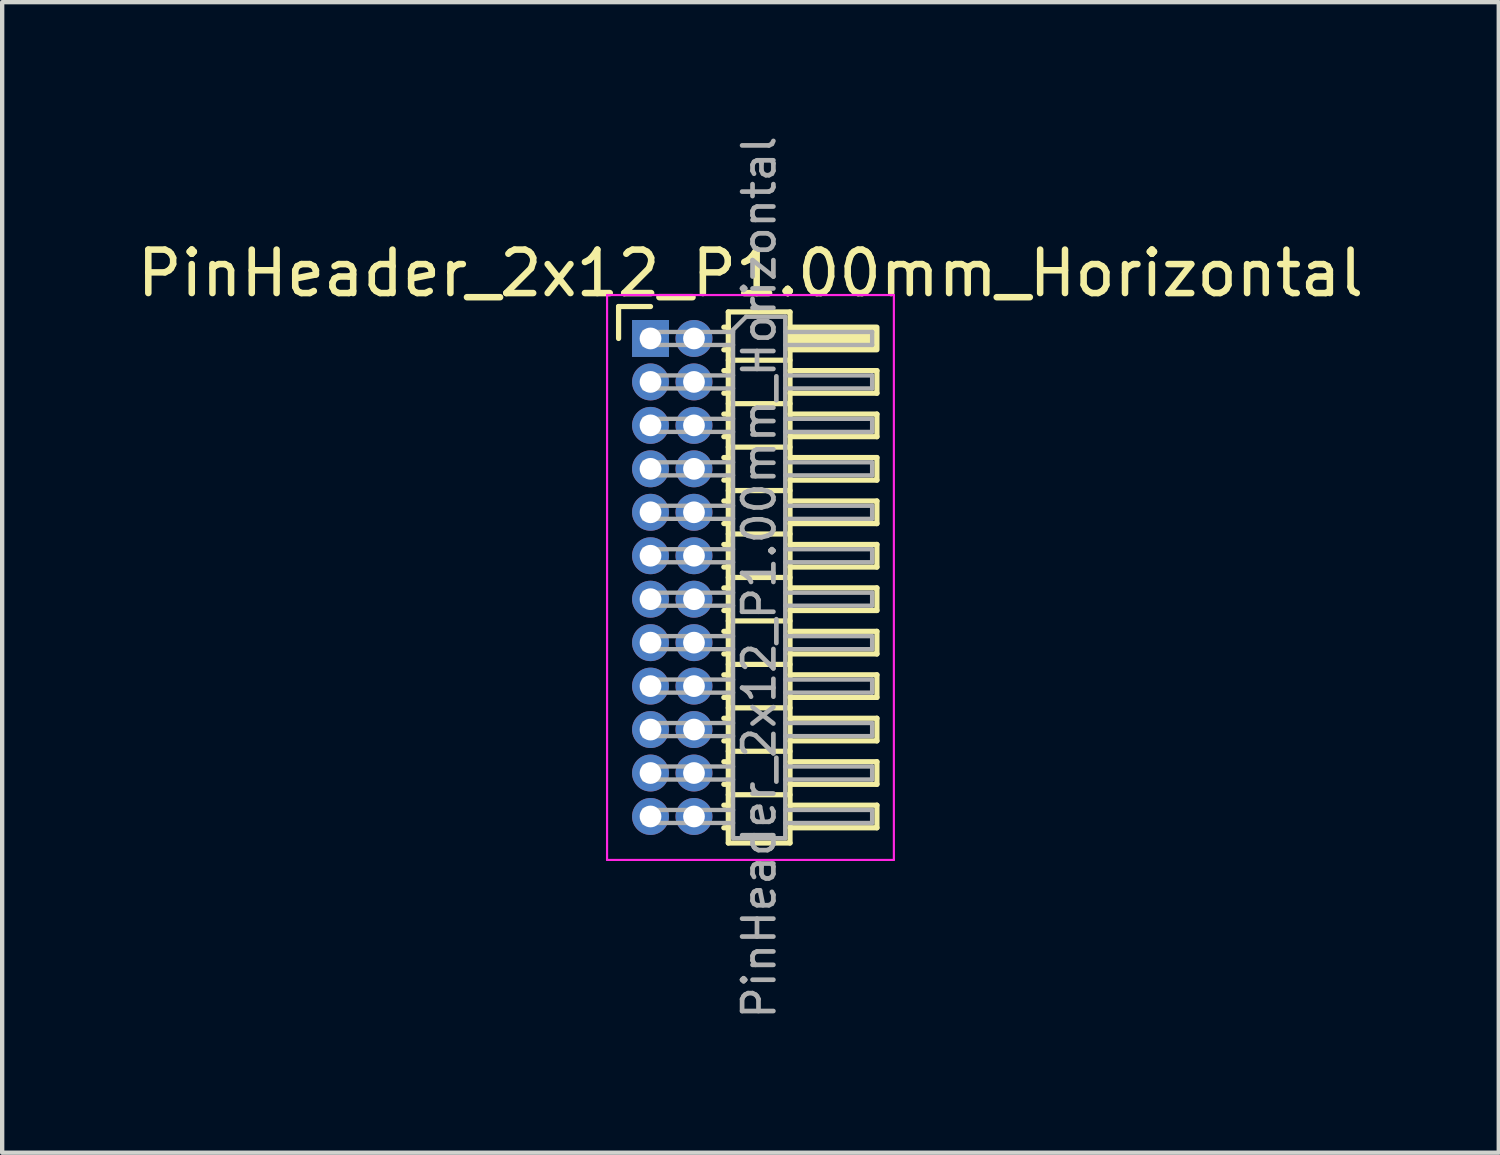
<source format=kicad_pcb>
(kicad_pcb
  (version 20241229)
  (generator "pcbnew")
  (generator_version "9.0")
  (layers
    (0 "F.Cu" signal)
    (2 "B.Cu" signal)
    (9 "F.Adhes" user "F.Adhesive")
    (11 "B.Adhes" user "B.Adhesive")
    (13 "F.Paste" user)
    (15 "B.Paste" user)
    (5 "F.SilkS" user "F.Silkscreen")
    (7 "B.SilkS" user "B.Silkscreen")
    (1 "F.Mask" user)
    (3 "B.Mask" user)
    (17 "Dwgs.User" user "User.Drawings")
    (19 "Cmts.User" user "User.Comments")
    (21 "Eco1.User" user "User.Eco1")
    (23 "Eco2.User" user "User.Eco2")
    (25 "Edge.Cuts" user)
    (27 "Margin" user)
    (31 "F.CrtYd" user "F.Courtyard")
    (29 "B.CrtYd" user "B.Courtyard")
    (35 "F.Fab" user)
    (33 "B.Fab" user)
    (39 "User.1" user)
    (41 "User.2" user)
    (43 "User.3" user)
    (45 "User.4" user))
  (footprint "PinHeader_2x12_P1.00mm_Horizontal"
    (layer "F.Cu")
    (at 11.92 4.739)
    (property "Reference" "PinHeader_2x12_P1.00mm_Horizontal" (at 2.3 -1.5 0) (layer "F.SilkS") (effects (font (size 1 1) (thickness 0.15))))
    (attr through_hole)
    (fp_line (start -0.735 -0.735) (end 0 -0.735) (stroke (width 0.12) (type solid)) (layer "F.SilkS"))
    (fp_line (start -0.735 0) (end -0.735 -0.735) (stroke (width 0.12) (type solid)) (layer "F.SilkS"))
    (fp_line (start 1.687 -0.26) (end 1.79 -0.26) (stroke (width 0.12) (type solid)) (layer "F.SilkS"))
    (fp_line (start 1.687 0.26) (end 1.79 0.26) (stroke (width 0.12) (type solid)) (layer "F.SilkS"))
    (fp_line (start 1.687 0.74) (end 1.79 0.74) (stroke (width 0.12) (type solid)) (layer "F.SilkS"))
    (fp_line (start 1.687 1.26) (end 1.79 1.26) (stroke (width 0.12) (type solid)) (layer "F.SilkS"))
    (fp_line (start 1.687 1.74) (end 1.79 1.74) (stroke (width 0.12) (type solid)) (layer "F.SilkS"))
    (fp_line (start 1.687 2.26) (end 1.79 2.26) (stroke (width 0.12) (type solid)) (layer "F.SilkS"))
    (fp_line (start 1.687 2.74) (end 1.79 2.74) (stroke (width 0.12) (type solid)) (layer "F.SilkS"))
    (fp_line (start 1.687 3.26) (end 1.79 3.26) (stroke (width 0.12) (type solid)) (layer "F.SilkS"))
    (fp_line (start 1.687 3.74) (end 1.79 3.74) (stroke (width 0.12) (type solid)) (layer "F.SilkS"))
    (fp_line (start 1.687 4.26) (end 1.79 4.26) (stroke (width 0.12) (type solid)) (layer "F.SilkS"))
    (fp_line (start 1.687 4.74) (end 1.79 4.74) (stroke (width 0.12) (type solid)) (layer "F.SilkS"))
    (fp_line (start 1.687 5.26) (end 1.79 5.26) (stroke (width 0.12) (type solid)) (layer "F.SilkS"))
    (fp_line (start 1.687 5.74) (end 1.79 5.74) (stroke (width 0.12) (type solid)) (layer "F.SilkS"))
    (fp_line (start 1.687 6.26) (end 1.79 6.26) (stroke (width 0.12) (type solid)) (layer "F.SilkS"))
    (fp_line (start 1.687 6.74) (end 1.79 6.74) (stroke (width 0.12) (type solid)) (layer "F.SilkS"))
    (fp_line (start 1.687 7.26) (end 1.79 7.26) (stroke (width 0.12) (type solid)) (layer "F.SilkS"))
    (fp_line (start 1.687 7.74) (end 1.79 7.74) (stroke (width 0.12) (type solid)) (layer "F.SilkS"))
    (fp_line (start 1.687 8.26) (end 1.79 8.26) (stroke (width 0.12) (type solid)) (layer "F.SilkS"))
    (fp_line (start 1.687 8.74) (end 1.79 8.74) (stroke (width 0.12) (type solid)) (layer "F.SilkS"))
    (fp_line (start 1.687 9.26) (end 1.79 9.26) (stroke (width 0.12) (type solid)) (layer "F.SilkS"))
    (fp_line (start 1.687 9.74) (end 1.79 9.74) (stroke (width 0.12) (type solid)) (layer "F.SilkS"))
    (fp_line (start 1.687 10.26) (end 1.79 10.26) (stroke (width 0.12) (type solid)) (layer "F.SilkS"))
    (fp_line (start 1.687 10.74) (end 1.79 10.74) (stroke (width 0.12) (type solid)) (layer "F.SilkS"))
    (fp_line (start 1.687 11.26) (end 1.79 11.26) (stroke (width 0.12) (type solid)) (layer "F.SilkS"))
    (fp_line (start 1.79 -0.61) (end 1.79 11.61) (stroke (width 0.12) (type solid)) (layer "F.SilkS"))
    (fp_line (start 1.79 0.5) (end 3.21 0.5) (stroke (width 0.12) (type solid)) (layer "F.SilkS"))
    (fp_line (start 1.79 1.5) (end 3.21 1.5) (stroke (width 0.12) (type solid)) (layer "F.SilkS"))
    (fp_line (start 1.79 2.5) (end 3.21 2.5) (stroke (width 0.12) (type solid)) (layer "F.SilkS"))
    (fp_line (start 1.79 3.5) (end 3.21 3.5) (stroke (width 0.12) (type solid)) (layer "F.SilkS"))
    (fp_line (start 1.79 4.5) (end 3.21 4.5) (stroke (width 0.12) (type solid)) (layer "F.SilkS"))
    (fp_line (start 1.79 5.5) (end 3.21 5.5) (stroke (width 0.12) (type solid)) (layer "F.SilkS"))
    (fp_line (start 1.79 6.5) (end 3.21 6.5) (stroke (width 0.12) (type solid)) (layer "F.SilkS"))
    (fp_line (start 1.79 7.5) (end 3.21 7.5) (stroke (width 0.12) (type solid)) (layer "F.SilkS"))
    (fp_line (start 1.79 8.5) (end 3.21 8.5) (stroke (width 0.12) (type solid)) (layer "F.SilkS"))
    (fp_line (start 1.79 9.5) (end 3.21 9.5) (stroke (width 0.12) (type solid)) (layer "F.SilkS"))
    (fp_line (start 1.79 10.5) (end 3.21 10.5) (stroke (width 0.12) (type solid)) (layer "F.SilkS"))
    (fp_line (start 1.79 11.61) (end 3.21 11.61) (stroke (width 0.12) (type solid)) (layer "F.SilkS"))
    (fp_line (start 3.21 -0.61) (end 1.79 -0.61) (stroke (width 0.12) (type solid)) (layer "F.SilkS"))
    (fp_line (start 3.21 0.74) (end 5.21 0.74) (stroke (width 0.12) (type solid)) (layer "F.SilkS"))
    (fp_line (start 3.21 1.74) (end 5.21 1.74) (stroke (width 0.12) (type solid)) (layer "F.SilkS"))
    (fp_line (start 3.21 2.74) (end 5.21 2.74) (stroke (width 0.12) (type solid)) (layer "F.SilkS"))
    (fp_line (start 3.21 3.74) (end 5.21 3.74) (stroke (width 0.12) (type solid)) (layer "F.SilkS"))
    (fp_line (start 3.21 4.74) (end 5.21 4.74) (stroke (width 0.12) (type solid)) (layer "F.SilkS"))
    (fp_line (start 3.21 5.74) (end 5.21 5.74) (stroke (width 0.12) (type solid)) (layer "F.SilkS"))
    (fp_line (start 3.21 6.74) (end 5.21 6.74) (stroke (width 0.12) (type solid)) (layer "F.SilkS"))
    (fp_line (start 3.21 7.74) (end 5.21 7.74) (stroke (width 0.12) (type solid)) (layer "F.SilkS"))
    (fp_line (start 3.21 8.74) (end 5.21 8.74) (stroke (width 0.12) (type solid)) (layer "F.SilkS"))
    (fp_line (start 3.21 9.74) (end 5.21 9.74) (stroke (width 0.12) (type solid)) (layer "F.SilkS"))
    (fp_line (start 3.21 10.74) (end 5.21 10.74) (stroke (width 0.12) (type solid)) (layer "F.SilkS"))
    (fp_line (start 3.21 11.61) (end 3.21 -0.61) (stroke (width 0.12) (type solid)) (layer "F.SilkS"))
    (fp_line (start 5.21 0.74) (end 5.21 1.26) (stroke (width 0.12) (type solid)) (layer "F.SilkS"))
    (fp_line (start 5.21 1.26) (end 3.21 1.26) (stroke (width 0.12) (type solid)) (layer "F.SilkS"))
    (fp_line (start 5.21 1.74) (end 5.21 2.26) (stroke (width 0.12) (type solid)) (layer "F.SilkS"))
    (fp_line (start 5.21 2.26) (end 3.21 2.26) (stroke (width 0.12) (type solid)) (layer "F.SilkS"))
    (fp_line (start 5.21 2.74) (end 5.21 3.26) (stroke (width 0.12) (type solid)) (layer "F.SilkS"))
    (fp_line (start 5.21 3.26) (end 3.21 3.26) (stroke (width 0.12) (type solid)) (layer "F.SilkS"))
    (fp_line (start 5.21 3.74) (end 5.21 4.26) (stroke (width 0.12) (type solid)) (layer "F.SilkS"))
    (fp_line (start 5.21 4.26) (end 3.21 4.26) (stroke (width 0.12) (type solid)) (layer "F.SilkS"))
    (fp_line (start 5.21 4.74) (end 5.21 5.26) (stroke (width 0.12) (type solid)) (layer "F.SilkS"))
    (fp_line (start 5.21 5.26) (end 3.21 5.26) (stroke (width 0.12) (type solid)) (layer "F.SilkS"))
    (fp_line (start 5.21 5.74) (end 5.21 6.26) (stroke (width 0.12) (type solid)) (layer "F.SilkS"))
    (fp_line (start 5.21 6.26) (end 3.21 6.26) (stroke (width 0.12) (type solid)) (layer "F.SilkS"))
    (fp_line (start 5.21 6.74) (end 5.21 7.26) (stroke (width 0.12) (type solid)) (layer "F.SilkS"))
    (fp_line (start 5.21 7.26) (end 3.21 7.26) (stroke (width 0.12) (type solid)) (layer "F.SilkS"))
    (fp_line (start 5.21 7.74) (end 5.21 8.26) (stroke (width 0.12) (type solid)) (layer "F.SilkS"))
    (fp_line (start 5.21 8.26) (end 3.21 8.26) (stroke (width 0.12) (type solid)) (layer "F.SilkS"))
    (fp_line (start 5.21 8.74) (end 5.21 9.26) (stroke (width 0.12) (type solid)) (layer "F.SilkS"))
    (fp_line (start 5.21 9.26) (end 3.21 9.26) (stroke (width 0.12) (type solid)) (layer "F.SilkS"))
    (fp_line (start 5.21 9.74) (end 5.21 10.26) (stroke (width 0.12) (type solid)) (layer "F.SilkS"))
    (fp_line (start 5.21 10.26) (end 3.21 10.26) (stroke (width 0.12) (type solid)) (layer "F.SilkS"))
    (fp_line (start 5.21 10.74) (end 5.21 11.26) (stroke (width 0.12) (type solid)) (layer "F.SilkS"))
    (fp_line (start 5.21 11.26) (end 3.21 11.26) (stroke (width 0.12) (type solid)) (layer "F.SilkS"))
    (fp_rect (start 3.21 -0.26) (end 5.21 0.26) (stroke (width 0.12) (type solid)) (fill yes) (layer "F.SilkS"))
    (fp_line (start -1 -1) (end -1 12) (stroke (width 0.05) (type solid)) (layer "F.CrtYd"))
    (fp_line (start -1 12) (end 5.6 12) (stroke (width 0.05) (type solid)) (layer "F.CrtYd"))
    (fp_line (start 5.6 -1) (end -1 -1) (stroke (width 0.05) (type solid)) (layer "F.CrtYd"))
    (fp_line (start 5.6 12) (end 5.6 -1) (stroke (width 0.05) (type solid)) (layer "F.CrtYd"))
    (fp_line (start -0.15 -0.15) (end -0.15 0.15) (stroke (width 0.1) (type solid)) (layer "F.Fab"))
    (fp_line (start -0.15 -0.15) (end 1.9 -0.15) (stroke (width 0.1) (type solid)) (layer "F.Fab"))
    (fp_line (start -0.15 0.15) (end 1.9 0.15) (stroke (width 0.1) (type solid)) (layer "F.Fab"))
    (fp_line (start -0.15 0.85) (end -0.15 1.15) (stroke (width 0.1) (type solid)) (layer "F.Fab"))
    (fp_line (start -0.15 0.85) (end 1.9 0.85) (stroke (width 0.1) (type solid)) (layer "F.Fab"))
    (fp_line (start -0.15 1.15) (end 1.9 1.15) (stroke (width 0.1) (type solid)) (layer "F.Fab"))
    (fp_line (start -0.15 1.85) (end -0.15 2.15) (stroke (width 0.1) (type solid)) (layer "F.Fab"))
    (fp_line (start -0.15 1.85) (end 1.9 1.85) (stroke (width 0.1) (type solid)) (layer "F.Fab"))
    (fp_line (start -0.15 2.15) (end 1.9 2.15) (stroke (width 0.1) (type solid)) (layer "F.Fab"))
    (fp_line (start -0.15 2.85) (end -0.15 3.15) (stroke (width 0.1) (type solid)) (layer "F.Fab"))
    (fp_line (start -0.15 2.85) (end 1.9 2.85) (stroke (width 0.1) (type solid)) (layer "F.Fab"))
    (fp_line (start -0.15 3.15) (end 1.9 3.15) (stroke (width 0.1) (type solid)) (layer "F.Fab"))
    (fp_line (start -0.15 3.85) (end -0.15 4.15) (stroke (width 0.1) (type solid)) (layer "F.Fab"))
    (fp_line (start -0.15 3.85) (end 1.9 3.85) (stroke (width 0.1) (type solid)) (layer "F.Fab"))
    (fp_line (start -0.15 4.15) (end 1.9 4.15) (stroke (width 0.1) (type solid)) (layer "F.Fab"))
    (fp_line (start -0.15 4.85) (end -0.15 5.15) (stroke (width 0.1) (type solid)) (layer "F.Fab"))
    (fp_line (start -0.15 4.85) (end 1.9 4.85) (stroke (width 0.1) (type solid)) (layer "F.Fab"))
    (fp_line (start -0.15 5.15) (end 1.9 5.15) (stroke (width 0.1) (type solid)) (layer "F.Fab"))
    (fp_line (start -0.15 5.85) (end -0.15 6.15) (stroke (width 0.1) (type solid)) (layer "F.Fab"))
    (fp_line (start -0.15 5.85) (end 1.9 5.85) (stroke (width 0.1) (type solid)) (layer "F.Fab"))
    (fp_line (start -0.15 6.15) (end 1.9 6.15) (stroke (width 0.1) (type solid)) (layer "F.Fab"))
    (fp_line (start -0.15 6.85) (end -0.15 7.15) (stroke (width 0.1) (type solid)) (layer "F.Fab"))
    (fp_line (start -0.15 6.85) (end 1.9 6.85) (stroke (width 0.1) (type solid)) (layer "F.Fab"))
    (fp_line (start -0.15 7.15) (end 1.9 7.15) (stroke (width 0.1) (type solid)) (layer "F.Fab"))
    (fp_line (start -0.15 7.85) (end -0.15 8.15) (stroke (width 0.1) (type solid)) (layer "F.Fab"))
    (fp_line (start -0.15 7.85) (end 1.9 7.85) (stroke (width 0.1) (type solid)) (layer "F.Fab"))
    (fp_line (start -0.15 8.15) (end 1.9 8.15) (stroke (width 0.1) (type solid)) (layer "F.Fab"))
    (fp_line (start -0.15 8.85) (end -0.15 9.15) (stroke (width 0.1) (type solid)) (layer "F.Fab"))
    (fp_line (start -0.15 8.85) (end 1.9 8.85) (stroke (width 0.1) (type solid)) (layer "F.Fab"))
    (fp_line (start -0.15 9.15) (end 1.9 9.15) (stroke (width 0.1) (type solid)) (layer "F.Fab"))
    (fp_line (start -0.15 9.85) (end -0.15 10.15) (stroke (width 0.1) (type solid)) (layer "F.Fab"))
    (fp_line (start -0.15 9.85) (end 1.9 9.85) (stroke (width 0.1) (type solid)) (layer "F.Fab"))
    (fp_line (start -0.15 10.15) (end 1.9 10.15) (stroke (width 0.1) (type solid)) (layer "F.Fab"))
    (fp_line (start -0.15 10.85) (end -0.15 11.15) (stroke (width 0.1) (type solid)) (layer "F.Fab"))
    (fp_line (start -0.15 10.85) (end 1.9 10.85) (stroke (width 0.1) (type solid)) (layer "F.Fab"))
    (fp_line (start -0.15 11.15) (end 1.9 11.15) (stroke (width 0.1) (type solid)) (layer "F.Fab"))
    (fp_line (start 1.9 -0.2) (end 2.2 -0.5) (stroke (width 0.1) (type solid)) (layer "F.Fab"))
    (fp_line (start 1.9 11.5) (end 1.9 -0.2) (stroke (width 0.1) (type solid)) (layer "F.Fab"))
    (fp_line (start 2.2 -0.5) (end 3.1 -0.5) (stroke (width 0.1) (type solid)) (layer "F.Fab"))
    (fp_line (start 3.1 -0.5) (end 3.1 11.5) (stroke (width 0.1) (type solid)) (layer "F.Fab"))
    (fp_line (start 3.1 -0.15) (end 5.1 -0.15) (stroke (width 0.1) (type solid)) (layer "F.Fab"))
    (fp_line (start 3.1 0.15) (end 5.1 0.15) (stroke (width 0.1) (type solid)) (layer "F.Fab"))
    (fp_line (start 3.1 0.85) (end 5.1 0.85) (stroke (width 0.1) (type solid)) (layer "F.Fab"))
    (fp_line (start 3.1 1.15) (end 5.1 1.15) (stroke (width 0.1) (type solid)) (layer "F.Fab"))
    (fp_line (start 3.1 1.85) (end 5.1 1.85) (stroke (width 0.1) (type solid)) (layer "F.Fab"))
    (fp_line (start 3.1 2.15) (end 5.1 2.15) (stroke (width 0.1) (type solid)) (layer "F.Fab"))
    (fp_line (start 3.1 2.85) (end 5.1 2.85) (stroke (width 0.1) (type solid)) (layer "F.Fab"))
    (fp_line (start 3.1 3.15) (end 5.1 3.15) (stroke (width 0.1) (type solid)) (layer "F.Fab"))
    (fp_line (start 3.1 3.85) (end 5.1 3.85) (stroke (width 0.1) (type solid)) (layer "F.Fab"))
    (fp_line (start 3.1 4.15) (end 5.1 4.15) (stroke (width 0.1) (type solid)) (layer "F.Fab"))
    (fp_line (start 3.1 4.85) (end 5.1 4.85) (stroke (width 0.1) (type solid)) (layer "F.Fab"))
    (fp_line (start 3.1 5.15) (end 5.1 5.15) (stroke (width 0.1) (type solid)) (layer "F.Fab"))
    (fp_line (start 3.1 5.85) (end 5.1 5.85) (stroke (width 0.1) (type solid)) (layer "F.Fab"))
    (fp_line (start 3.1 6.15) (end 5.1 6.15) (stroke (width 0.1) (type solid)) (layer "F.Fab"))
    (fp_line (start 3.1 6.85) (end 5.1 6.85) (stroke (width 0.1) (type solid)) (layer "F.Fab"))
    (fp_line (start 3.1 7.15) (end 5.1 7.15) (stroke (width 0.1) (type solid)) (layer "F.Fab"))
    (fp_line (start 3.1 7.85) (end 5.1 7.85) (stroke (width 0.1) (type solid)) (layer "F.Fab"))
    (fp_line (start 3.1 8.15) (end 5.1 8.15) (stroke (width 0.1) (type solid)) (layer "F.Fab"))
    (fp_line (start 3.1 8.85) (end 5.1 8.85) (stroke (width 0.1) (type solid)) (layer "F.Fab"))
    (fp_line (start 3.1 9.15) (end 5.1 9.15) (stroke (width 0.1) (type solid)) (layer "F.Fab"))
    (fp_line (start 3.1 9.85) (end 5.1 9.85) (stroke (width 0.1) (type solid)) (layer "F.Fab"))
    (fp_line (start 3.1 10.15) (end 5.1 10.15) (stroke (width 0.1) (type solid)) (layer "F.Fab"))
    (fp_line (start 3.1 10.85) (end 5.1 10.85) (stroke (width 0.1) (type solid)) (layer "F.Fab"))
    (fp_line (start 3.1 11.15) (end 5.1 11.15) (stroke (width 0.1) (type solid)) (layer "F.Fab"))
    (fp_line (start 3.1 11.5) (end 1.9 11.5) (stroke (width 0.1) (type solid)) (layer "F.Fab"))
    (fp_line (start 5.1 -0.15) (end 5.1 0.15) (stroke (width 0.1) (type solid)) (layer "F.Fab"))
    (fp_line (start 5.1 0.85) (end 5.1 1.15) (stroke (width 0.1) (type solid)) (layer "F.Fab"))
    (fp_line (start 5.1 1.85) (end 5.1 2.15) (stroke (width 0.1) (type solid)) (layer "F.Fab"))
    (fp_line (start 5.1 2.85) (end 5.1 3.15) (stroke (width 0.1) (type solid)) (layer "F.Fab"))
    (fp_line (start 5.1 3.85) (end 5.1 4.15) (stroke (width 0.1) (type solid)) (layer "F.Fab"))
    (fp_line (start 5.1 4.85) (end 5.1 5.15) (stroke (width 0.1) (type solid)) (layer "F.Fab"))
    (fp_line (start 5.1 5.85) (end 5.1 6.15) (stroke (width 0.1) (type solid)) (layer "F.Fab"))
    (fp_line (start 5.1 6.85) (end 5.1 7.15) (stroke (width 0.1) (type solid)) (layer "F.Fab"))
    (fp_line (start 5.1 7.85) (end 5.1 8.15) (stroke (width 0.1) (type solid)) (layer "F.Fab"))
    (fp_line (start 5.1 8.85) (end 5.1 9.15) (stroke (width 0.1) (type solid)) (layer "F.Fab"))
    (fp_line (start 5.1 9.85) (end 5.1 10.15) (stroke (width 0.1) (type solid)) (layer "F.Fab"))
    (fp_line (start 5.1 10.85) (end 5.1 11.15) (stroke (width 0.1) (type solid)) (layer "F.Fab"))
    (fp_text user "${REFERENCE}" (at 2.5 5.5 90) (layer "F.Fab") (effects (font (size 0.72 0.72) (thickness 0.108))))
    (pad "1" thru_hole rect (at 0 0) (size 0.85 0.85) (drill 0.5) (layers "*.Cu" "*.Mask"))
    (pad "2" thru_hole circle (at 1 0) (size 0.85 0.85) (drill 0.5) (layers "*.Cu" "*.Mask"))
    (pad "3" thru_hole circle (at 0 1) (size 0.85 0.85) (drill 0.5) (layers "*.Cu" "*.Mask"))
    (pad "4" thru_hole circle (at 1 1) (size 0.85 0.85) (drill 0.5) (layers "*.Cu" "*.Mask"))
    (pad "5" thru_hole circle (at 0 2) (size 0.85 0.85) (drill 0.5) (layers "*.Cu" "*.Mask"))
    (pad "6" thru_hole circle (at 1 2) (size 0.85 0.85) (drill 0.5) (layers "*.Cu" "*.Mask"))
    (pad "7" thru_hole circle (at 0 3) (size 0.85 0.85) (drill 0.5) (layers "*.Cu" "*.Mask"))
    (pad "8" thru_hole circle (at 1 3) (size 0.85 0.85) (drill 0.5) (layers "*.Cu" "*.Mask"))
    (pad "9" thru_hole circle (at 0 4) (size 0.85 0.85) (drill 0.5) (layers "*.Cu" "*.Mask"))
    (pad "10" thru_hole circle (at 1 4) (size 0.85 0.85) (drill 0.5) (layers "*.Cu" "*.Mask"))
    (pad "11" thru_hole circle (at 0 5) (size 0.85 0.85) (drill 0.5) (layers "*.Cu" "*.Mask"))
    (pad "12" thru_hole circle (at 1 5) (size 0.85 0.85) (drill 0.5) (layers "*.Cu" "*.Mask"))
    (pad "13" thru_hole circle (at 0 6) (size 0.85 0.85) (drill 0.5) (layers "*.Cu" "*.Mask"))
    (pad "14" thru_hole circle (at 1 6) (size 0.85 0.85) (drill 0.5) (layers "*.Cu" "*.Mask"))
    (pad "15" thru_hole circle (at 0 7) (size 0.85 0.85) (drill 0.5) (layers "*.Cu" "*.Mask"))
    (pad "16" thru_hole circle (at 1 7) (size 0.85 0.85) (drill 0.5) (layers "*.Cu" "*.Mask"))
    (pad "17" thru_hole circle (at 0 8) (size 0.85 0.85) (drill 0.5) (layers "*.Cu" "*.Mask"))
    (pad "18" thru_hole circle (at 1 8) (size 0.85 0.85) (drill 0.5) (layers "*.Cu" "*.Mask"))
    (pad "19" thru_hole circle (at 0 9) (size 0.85 0.85) (drill 0.5) (layers "*.Cu" "*.Mask"))
    (pad "20" thru_hole circle (at 1 9) (size 0.85 0.85) (drill 0.5) (layers "*.Cu" "*.Mask"))
    (pad "21" thru_hole circle (at 0 10) (size 0.85 0.85) (drill 0.5) (layers "*.Cu" "*.Mask"))
    (pad "22" thru_hole circle (at 1 10) (size 0.85 0.85) (drill 0.5) (layers "*.Cu" "*.Mask"))
    (pad "23" thru_hole circle (at 0 11) (size 0.85 0.85) (drill 0.5) (layers "*.Cu" "*.Mask"))
    (pad "24" thru_hole circle (at 1 11) (size 0.85 0.85) (drill 0.5) (layers "*.Cu" "*.Mask")))
  (gr_rect
    (start -3 -3)
    (end 31.44 23.477)
    (stroke (width 0.1) (type default))
    (fill no)
    (layer "Edge.Cuts")))
</source>
